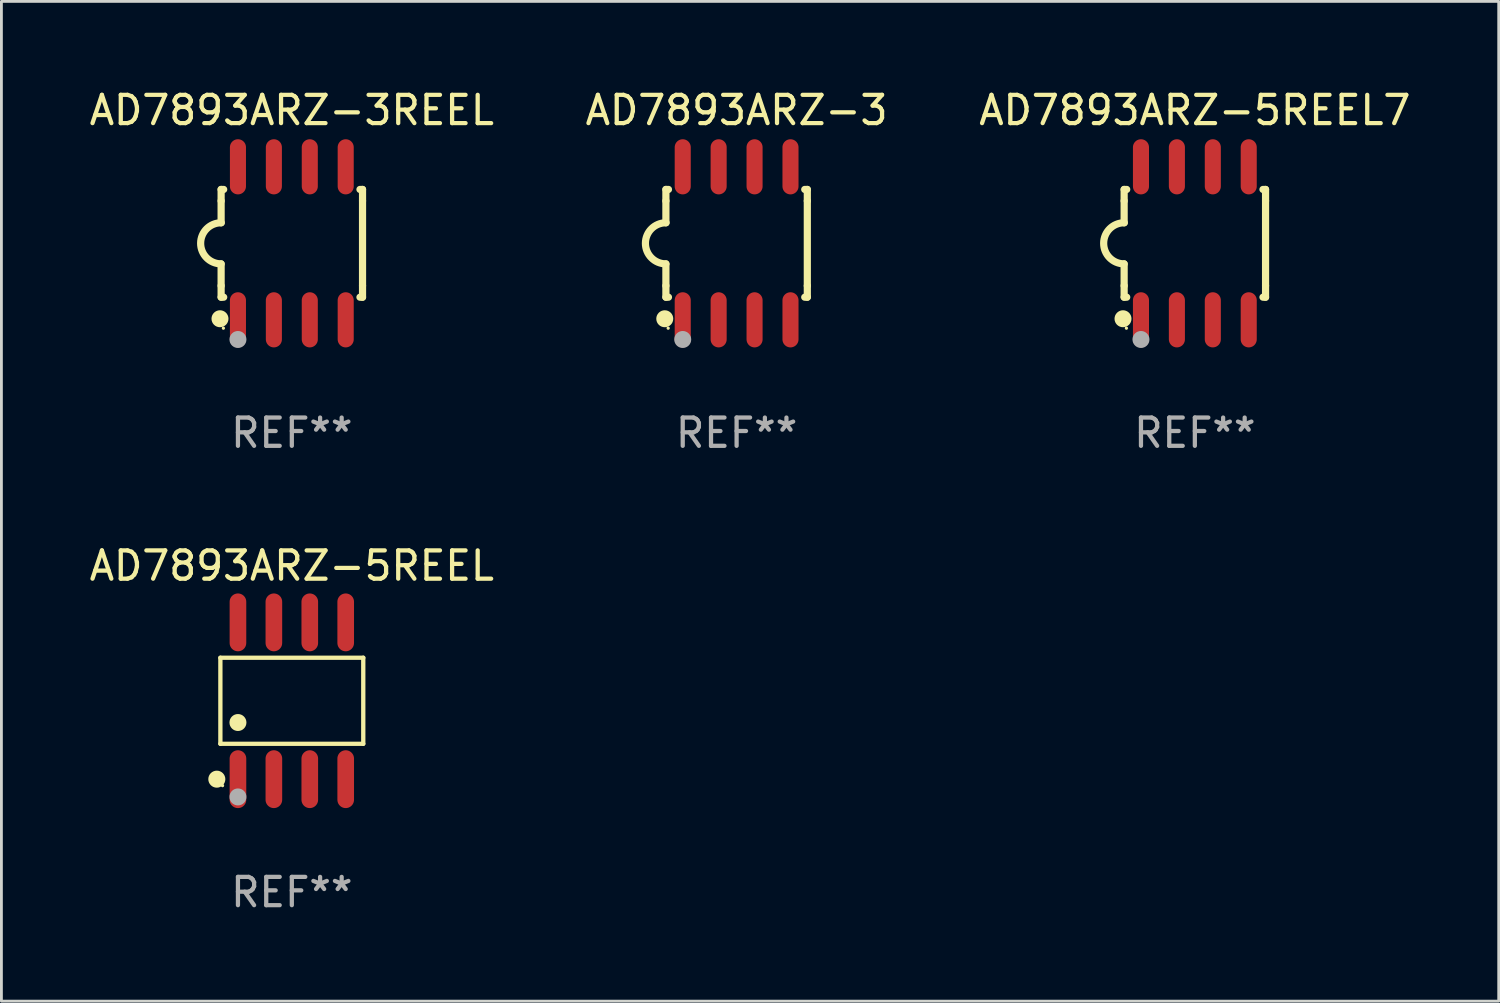
<source format=kicad_pcb>
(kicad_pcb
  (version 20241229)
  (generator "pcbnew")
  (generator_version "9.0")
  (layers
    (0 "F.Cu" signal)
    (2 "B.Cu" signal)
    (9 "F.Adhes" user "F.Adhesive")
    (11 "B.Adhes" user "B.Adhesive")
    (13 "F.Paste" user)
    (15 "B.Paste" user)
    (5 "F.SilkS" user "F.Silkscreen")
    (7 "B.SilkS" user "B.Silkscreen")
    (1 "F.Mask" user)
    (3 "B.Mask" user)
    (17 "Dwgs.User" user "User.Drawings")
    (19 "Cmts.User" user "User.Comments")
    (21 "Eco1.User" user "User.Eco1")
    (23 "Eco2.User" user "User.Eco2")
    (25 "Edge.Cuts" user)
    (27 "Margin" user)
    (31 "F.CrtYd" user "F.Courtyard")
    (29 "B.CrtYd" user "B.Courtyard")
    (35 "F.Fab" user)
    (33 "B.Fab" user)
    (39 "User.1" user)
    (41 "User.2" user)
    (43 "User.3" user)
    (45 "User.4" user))
  (footprint "AD7893ARZ-3REEL"
    (layer "F.Cu")
    (at 7.268 5.553)
    (property "Reference" "AD7893ARZ-3REEL" (at 0 -4.705 0) (layer "F.SilkS") (effects (font (size 1 1) (thickness 0.15))))
    (attr through_hole)
    (fp_line (start -2.5 -1.905) (end -2.409 -1.905) (stroke (width 0.254) (type solid)) (layer "F.SilkS"))
    (fp_line (start -2.5 -1.5) (end -2.5 -1.905) (stroke (width 0.254) (type solid)) (layer "F.SilkS"))
    (fp_line (start -2.5 -1.5) (end -2.5 -0.726) (stroke (width 0.254) (type solid)) (layer "F.SilkS"))
    (fp_line (start -2.5 1.5) (end -2.5 0.727) (stroke (width 0.254) (type solid)) (layer "F.SilkS"))
    (fp_line (start -2.5 1.5) (end -2.5 1.905) (stroke (width 0.254) (type solid)) (layer "F.SilkS"))
    (fp_line (start -2.5 1.905) (end -2.409 1.905) (stroke (width 0.254) (type solid)) (layer "F.SilkS"))
    (fp_line (start 2.5 -1.905) (end 2.409 -1.905) (stroke (width 0.254) (type solid)) (layer "F.SilkS"))
    (fp_line (start 2.5 -1.5) (end 2.5 -1.905) (stroke (width 0.254) (type solid)) (layer "F.SilkS"))
    (fp_line (start 2.5 -1.5) (end 2.5 1.5) (stroke (width 0.254) (type solid)) (layer "F.SilkS"))
    (fp_line (start 2.5 1.5) (end 2.5 1.905) (stroke (width 0.254) (type solid)) (layer "F.SilkS"))
    (fp_line (start 2.5 1.905) (end 2.409 1.905) (stroke (width 0.254) (type solid)) (layer "F.SilkS"))
    (fp_arc (start -2.5 0.726568) (mid -3.220316 -0.0023) (end -2.495097 -0.726289) (stroke (width 0.254001) (type solid)) (layer "F.SilkS"))
    (fp_circle (center -2.54 2.667) (end -2.39 2.667) (stroke (width 0.3) (type solid)) (fill no) (layer "F.SilkS"))
    (fp_circle (center -2.42 3) (end -2.39 3) (stroke (width 0.06) (type solid)) (fill no) (layer "F.SilkS"))
    (fp_circle (center -1.905 3.4) (end -1.755 3.4) (stroke (width 0.3) (type solid)) (fill no) (layer "F.Fab"))
    (fp_text user "REF**" (at 0 6.705 0) (layer "F.Fab") (effects (font (size 1 1) (thickness 0.15))))
    (pad "1" smd oval (at -1.905 2.705) (size 0.568 1.95) (layers "F.Cu" "F.Mask" "F.Paste"))
    (pad "2" smd oval (at -0.635 2.705) (size 0.568 1.95) (layers "F.Cu" "F.Mask" "F.Paste"))
    (pad "3" smd oval (at 0.635 2.705) (size 0.568 1.95) (layers "F.Cu" "F.Mask" "F.Paste"))
    (pad "4" smd oval (at 1.905 2.705) (size 0.568 1.95) (layers "F.Cu" "F.Mask" "F.Paste"))
    (pad "5" smd oval (at 1.905 -2.705) (size 0.568 1.95) (layers "F.Cu" "F.Mask" "F.Paste"))
    (pad "6" smd oval (at 0.635 -2.705) (size 0.568 1.95) (layers "F.Cu" "F.Mask" "F.Paste"))
    (pad "7" smd oval (at -0.635 -2.705) (size 0.568 1.95) (layers "F.Cu" "F.Mask" "F.Paste"))
    (pad "8" smd oval (at -1.905 -2.705) (size 0.568 1.95) (layers "F.Cu" "F.Mask" "F.Paste")))
  (footprint "AD7893ARZ-3"
    (layer "F.Cu")
    (at 22.994 5.553)
    (property "Reference" "AD7893ARZ-3" (at 0 -4.705 0) (layer "F.SilkS") (effects (font (size 1 1) (thickness 0.15))))
    (attr through_hole)
    (fp_line (start -2.5 -1.905) (end -2.409 -1.905) (stroke (width 0.254) (type solid)) (layer "F.SilkS"))
    (fp_line (start -2.5 -1.5) (end -2.5 -1.905) (stroke (width 0.254) (type solid)) (layer "F.SilkS"))
    (fp_line (start -2.5 -1.5) (end -2.5 -0.726) (stroke (width 0.254) (type solid)) (layer "F.SilkS"))
    (fp_line (start -2.5 1.5) (end -2.5 0.727) (stroke (width 0.254) (type solid)) (layer "F.SilkS"))
    (fp_line (start -2.5 1.5) (end -2.5 1.905) (stroke (width 0.254) (type solid)) (layer "F.SilkS"))
    (fp_line (start -2.5 1.905) (end -2.409 1.905) (stroke (width 0.254) (type solid)) (layer "F.SilkS"))
    (fp_line (start 2.5 -1.905) (end 2.409 -1.905) (stroke (width 0.254) (type solid)) (layer "F.SilkS"))
    (fp_line (start 2.5 -1.5) (end 2.5 -1.905) (stroke (width 0.254) (type solid)) (layer "F.SilkS"))
    (fp_line (start 2.5 -1.5) (end 2.5 1.5) (stroke (width 0.254) (type solid)) (layer "F.SilkS"))
    (fp_line (start 2.5 1.5) (end 2.5 1.905) (stroke (width 0.254) (type solid)) (layer "F.SilkS"))
    (fp_line (start 2.5 1.905) (end 2.409 1.905) (stroke (width 0.254) (type solid)) (layer "F.SilkS"))
    (fp_arc (start -2.5 0.726568) (mid -3.220316 -0.0023) (end -2.495097 -0.726289) (stroke (width 0.254001) (type solid)) (layer "F.SilkS"))
    (fp_circle (center -2.54 2.667) (end -2.39 2.667) (stroke (width 0.3) (type solid)) (fill no) (layer "F.SilkS"))
    (fp_circle (center -2.42 3) (end -2.39 3) (stroke (width 0.06) (type solid)) (fill no) (layer "F.SilkS"))
    (fp_circle (center -1.905 3.4) (end -1.755 3.4) (stroke (width 0.3) (type solid)) (fill no) (layer "F.Fab"))
    (fp_text user "REF**" (at 0 6.705 0) (layer "F.Fab") (effects (font (size 1 1) (thickness 0.15))))
    (pad "1" smd oval (at -1.905 2.705) (size 0.568 1.95) (layers "F.Cu" "F.Mask" "F.Paste"))
    (pad "2" smd oval (at -0.635 2.705) (size 0.568 1.95) (layers "F.Cu" "F.Mask" "F.Paste"))
    (pad "3" smd oval (at 0.635 2.705) (size 0.568 1.95) (layers "F.Cu" "F.Mask" "F.Paste"))
    (pad "4" smd oval (at 1.905 2.705) (size 0.568 1.95) (layers "F.Cu" "F.Mask" "F.Paste"))
    (pad "5" smd oval (at 1.905 -2.705) (size 0.568 1.95) (layers "F.Cu" "F.Mask" "F.Paste"))
    (pad "6" smd oval (at 0.635 -2.705) (size 0.568 1.95) (layers "F.Cu" "F.Mask" "F.Paste"))
    (pad "7" smd oval (at -0.635 -2.705) (size 0.568 1.95) (layers "F.Cu" "F.Mask" "F.Paste"))
    (pad "8" smd oval (at -1.905 -2.705) (size 0.568 1.95) (layers "F.Cu" "F.Mask" "F.Paste")))
  (footprint "AD7893ARZ-5REEL7"
    (layer "F.Cu")
    (at 39.196 5.553)
    (property "Reference" "AD7893ARZ-5REEL7" (at 0 -4.705 0) (layer "F.SilkS") (effects (font (size 1 1) (thickness 0.15))))
    (attr through_hole)
    (fp_line (start -2.5 -1.905) (end -2.409 -1.905) (stroke (width 0.254) (type solid)) (layer "F.SilkS"))
    (fp_line (start -2.5 -1.5) (end -2.5 -1.905) (stroke (width 0.254) (type solid)) (layer "F.SilkS"))
    (fp_line (start -2.5 -1.5) (end -2.5 -0.726) (stroke (width 0.254) (type solid)) (layer "F.SilkS"))
    (fp_line (start -2.5 1.5) (end -2.5 0.727) (stroke (width 0.254) (type solid)) (layer "F.SilkS"))
    (fp_line (start -2.5 1.5) (end -2.5 1.905) (stroke (width 0.254) (type solid)) (layer "F.SilkS"))
    (fp_line (start -2.5 1.905) (end -2.409 1.905) (stroke (width 0.254) (type solid)) (layer "F.SilkS"))
    (fp_line (start 2.5 -1.905) (end 2.409 -1.905) (stroke (width 0.254) (type solid)) (layer "F.SilkS"))
    (fp_line (start 2.5 -1.5) (end 2.5 -1.905) (stroke (width 0.254) (type solid)) (layer "F.SilkS"))
    (fp_line (start 2.5 -1.5) (end 2.5 1.5) (stroke (width 0.254) (type solid)) (layer "F.SilkS"))
    (fp_line (start 2.5 1.5) (end 2.5 1.905) (stroke (width 0.254) (type solid)) (layer "F.SilkS"))
    (fp_line (start 2.5 1.905) (end 2.409 1.905) (stroke (width 0.254) (type solid)) (layer "F.SilkS"))
    (fp_arc (start -2.5 0.726568) (mid -3.220316 -0.0023) (end -2.495097 -0.726289) (stroke (width 0.254001) (type solid)) (layer "F.SilkS"))
    (fp_circle (center -2.54 2.667) (end -2.39 2.667) (stroke (width 0.3) (type solid)) (fill no) (layer "F.SilkS"))
    (fp_circle (center -2.42 3) (end -2.39 3) (stroke (width 0.06) (type solid)) (fill no) (layer "F.SilkS"))
    (fp_circle (center -1.905 3.4) (end -1.755 3.4) (stroke (width 0.3) (type solid)) (fill no) (layer "F.Fab"))
    (fp_text user "REF**" (at 0 6.705 0) (layer "F.Fab") (effects (font (size 1 1) (thickness 0.15))))
    (pad "1" smd oval (at -1.905 2.705) (size 0.568 1.95) (layers "F.Cu" "F.Mask" "F.Paste"))
    (pad "2" smd oval (at -0.635 2.705) (size 0.568 1.95) (layers "F.Cu" "F.Mask" "F.Paste"))
    (pad "3" smd oval (at 0.635 2.705) (size 0.568 1.95) (layers "F.Cu" "F.Mask" "F.Paste"))
    (pad "4" smd oval (at 1.905 2.705) (size 0.568 1.95) (layers "F.Cu" "F.Mask" "F.Paste"))
    (pad "5" smd oval (at 1.905 -2.705) (size 0.568 1.95) (layers "F.Cu" "F.Mask" "F.Paste"))
    (pad "6" smd oval (at 0.635 -2.705) (size 0.568 1.95) (layers "F.Cu" "F.Mask" "F.Paste"))
    (pad "7" smd oval (at -0.635 -2.705) (size 0.568 1.95) (layers "F.Cu" "F.Mask" "F.Paste"))
    (pad "8" smd oval (at -1.905 -2.705) (size 0.568 1.95) (layers "F.Cu" "F.Mask" "F.Paste")))
  (footprint "AD7893ARZ-5REEL"
    (layer "F.Cu")
    (at 7.268 21.727)
    (property "Reference" "AD7893ARZ-5REEL" (at 0 -4.772 0) (layer "F.SilkS") (effects (font (size 1 1) (thickness 0.15))))
    (attr through_hole)
    (fp_line (start -2.526 -1.521) (end 2.526 -1.521) (stroke (width 0.152) (type solid)) (layer "F.SilkS"))
    (fp_line (start -2.526 1.521) (end -2.526 -1.521) (stroke (width 0.152) (type solid)) (layer "F.SilkS"))
    (fp_line (start 2.526 -1.521) (end 2.526 1.521) (stroke (width 0.152) (type solid)) (layer "F.SilkS"))
    (fp_line (start 2.526 1.521) (end -2.526 1.521) (stroke (width 0.152) (type solid)) (layer "F.SilkS"))
    (fp_circle (center -2.652 2.772) (end -2.501 2.772) (stroke (width 0.3) (type solid)) (fill no) (layer "F.SilkS"))
    (fp_circle (center -2.45 3) (end -2.42 3) (stroke (width 0.06) (type solid)) (fill no) (layer "F.SilkS"))
    (fp_circle (center -1.905 0.769) (end -1.755 0.769) (stroke (width 0.3) (type solid)) (fill no) (layer "F.SilkS"))
    (fp_circle (center -1.905 3.4) (end -1.755 3.4) (stroke (width 0.3) (type solid)) (fill no) (layer "F.Fab"))
    (fp_text user "REF**" (at 0 6.772 0) (layer "F.Fab") (effects (font (size 1 1) (thickness 0.15))))
    (pad "1" smd oval (at -1.905 2.772) (size 0.588 2.045) (layers "F.Cu" "F.Mask" "F.Paste"))
    (pad "2" smd oval (at -0.635 2.772) (size 0.588 2.045) (layers "F.Cu" "F.Mask" "F.Paste"))
    (pad "3" smd oval (at 0.635 2.772) (size 0.588 2.045) (layers "F.Cu" "F.Mask" "F.Paste"))
    (pad "4" smd oval (at 1.905 2.772) (size 0.588 2.045) (layers "F.Cu" "F.Mask" "F.Paste"))
    (pad "5" smd oval (at 1.905 -2.772) (size 0.588 2.045) (layers "F.Cu" "F.Mask" "F.Paste"))
    (pad "6" smd oval (at 0.635 -2.772) (size 0.588 2.045) (layers "F.Cu" "F.Mask" "F.Paste"))
    (pad "7" smd oval (at -0.635 -2.772) (size 0.588 2.045) (layers "F.Cu" "F.Mask" "F.Paste"))
    (pad "8" smd oval (at -1.905 -2.772) (size 0.588 2.045) (layers "F.Cu" "F.Mask" "F.Paste")))
  (gr_rect
    (start -3 -3)
    (end 49.94 32.348)
    (stroke (width 0.1) (type default))
    (fill no)
    (layer "Edge.Cuts")))
</source>
